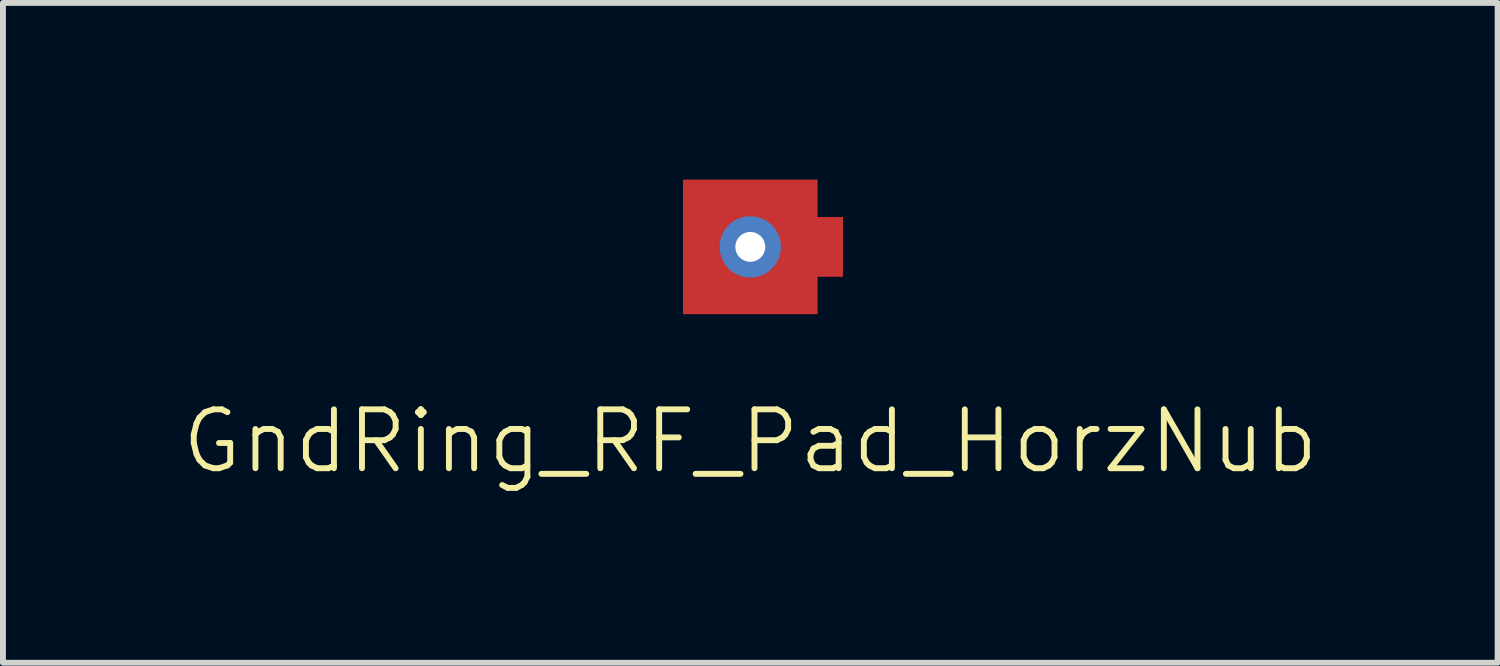
<source format=kicad_pcb>
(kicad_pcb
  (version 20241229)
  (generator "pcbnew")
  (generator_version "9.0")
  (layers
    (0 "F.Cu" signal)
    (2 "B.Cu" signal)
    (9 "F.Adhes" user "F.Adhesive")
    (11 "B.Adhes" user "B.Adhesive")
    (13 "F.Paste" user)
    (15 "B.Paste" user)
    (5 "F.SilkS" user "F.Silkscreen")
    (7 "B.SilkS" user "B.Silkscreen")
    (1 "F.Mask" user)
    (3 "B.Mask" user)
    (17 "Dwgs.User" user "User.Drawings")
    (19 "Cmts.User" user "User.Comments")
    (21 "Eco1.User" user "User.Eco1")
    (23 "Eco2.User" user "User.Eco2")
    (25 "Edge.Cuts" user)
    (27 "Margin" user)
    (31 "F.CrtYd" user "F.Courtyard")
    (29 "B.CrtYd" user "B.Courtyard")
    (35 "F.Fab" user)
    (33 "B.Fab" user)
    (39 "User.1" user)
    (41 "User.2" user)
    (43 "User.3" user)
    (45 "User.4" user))
  (footprint "GndRing_RF_Pad_HorzNub"
    (layer "F.Cu")
    (at 9.693 1.143)
    (property "Reference" "GndRing_RF_Pad_HorzNub" (at 0 3.302 0) (unlocked yes) (layer "F.SilkS") (effects (font (size 1 1) (thickness 0.1))))
    (attr through_hole)
    (pad "" smd circle (at 0 0) (size 2.134 2.134) (layers "B.Mask"))
    (pad "1" thru_hole circle (at 0 0) (size 1.041 1.041) (drill 0.508) (layers "*.Cu" "*.Mask"))
    (pad "1" smd custom (at 0 0) (size 2.286 2.286) (layers "F.Cu" "F.Mask") (options (anchor rect)) (primitives (gr_rect (start 0.559 -0.508) (end 1.575 0.508) (width 0) (fill yes)))))
  (gr_rect
    (start -3 -3)
    (end 22.386 8.206)
    (stroke (width 0.1) (type default))
    (fill no)
    (layer "Edge.Cuts")))
</source>
